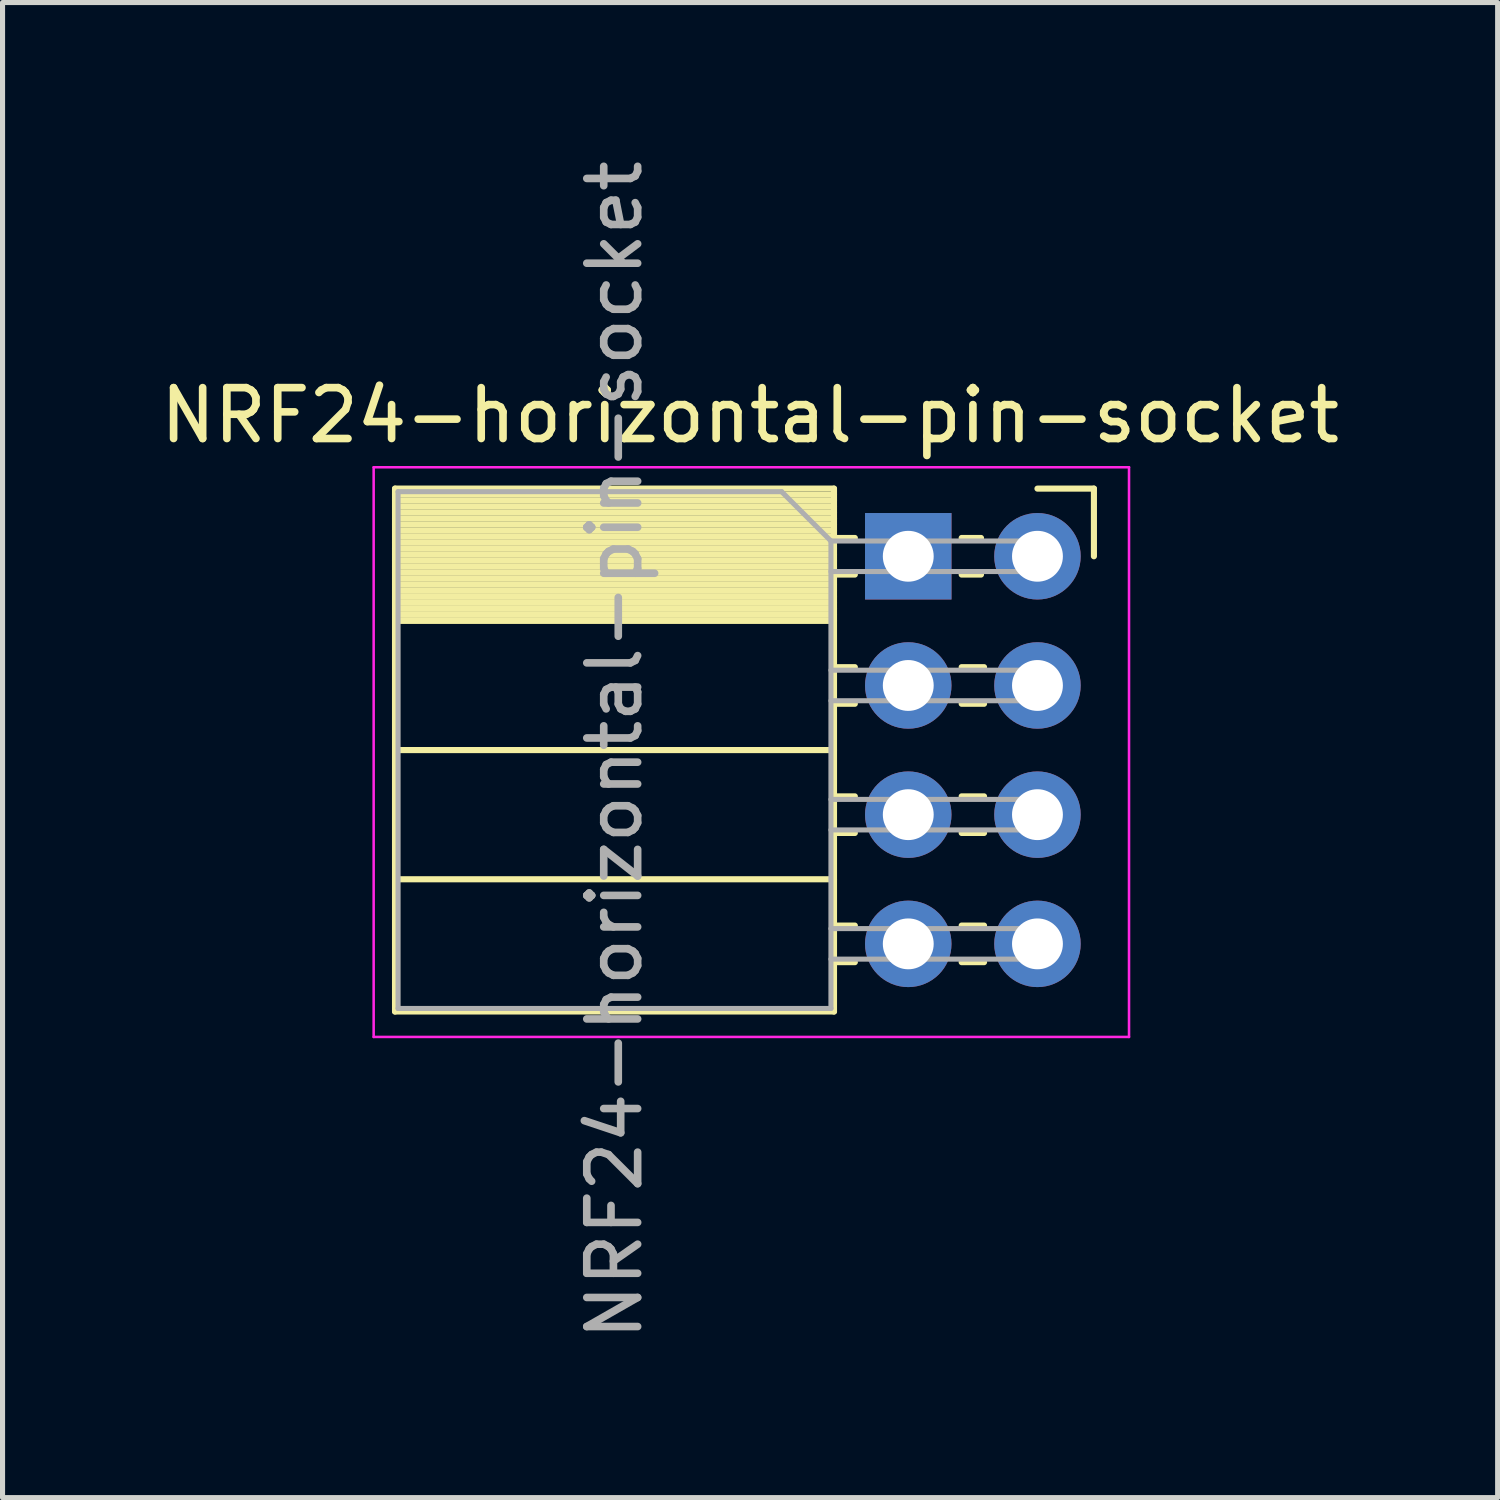
<source format=kicad_pcb>
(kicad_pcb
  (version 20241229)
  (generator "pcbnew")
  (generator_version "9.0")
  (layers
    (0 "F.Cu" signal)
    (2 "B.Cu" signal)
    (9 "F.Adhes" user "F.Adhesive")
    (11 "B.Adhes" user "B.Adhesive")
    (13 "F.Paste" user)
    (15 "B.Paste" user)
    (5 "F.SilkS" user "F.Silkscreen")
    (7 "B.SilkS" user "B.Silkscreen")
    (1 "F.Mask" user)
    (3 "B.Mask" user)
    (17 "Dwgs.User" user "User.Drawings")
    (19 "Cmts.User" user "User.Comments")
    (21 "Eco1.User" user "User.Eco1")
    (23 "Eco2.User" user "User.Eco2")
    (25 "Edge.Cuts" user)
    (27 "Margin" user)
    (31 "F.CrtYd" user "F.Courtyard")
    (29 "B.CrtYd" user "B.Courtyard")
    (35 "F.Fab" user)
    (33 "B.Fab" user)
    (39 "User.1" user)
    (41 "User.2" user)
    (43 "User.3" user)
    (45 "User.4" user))
  (footprint "NRF24-horizontal-pin-socket"
    (layer "F.Cu")
    (at 17.346 7.886)
    (property "Reference" "NRF24-horizontal-pin-socket" (at -5.65 -2.77 0) (layer "F.SilkS") (effects (font (size 1 1) (thickness 0.15))))
    (attr through_hole)
    (fp_line (start -12.63 -1.33) (end -12.63 8.95) (stroke (width 0.12) (type solid)) (layer "F.SilkS"))
    (fp_line (start -12.63 -1.33) (end -4 -1.33) (stroke (width 0.12) (type solid)) (layer "F.SilkS"))
    (fp_line (start -12.63 -1.21) (end -4 -1.21) (stroke (width 0.12) (type solid)) (layer "F.SilkS"))
    (fp_line (start -12.63 -1.092) (end -4 -1.092) (stroke (width 0.12) (type solid)) (layer "F.SilkS"))
    (fp_line (start -12.63 -0.974) (end -4 -0.974) (stroke (width 0.12) (type solid)) (layer "F.SilkS"))
    (fp_line (start -12.63 -0.856) (end -4 -0.856) (stroke (width 0.12) (type solid)) (layer "F.SilkS"))
    (fp_line (start -12.63 -0.738) (end -4 -0.738) (stroke (width 0.12) (type solid)) (layer "F.SilkS"))
    (fp_line (start -12.63 -0.62) (end -4 -0.62) (stroke (width 0.12) (type solid)) (layer "F.SilkS"))
    (fp_line (start -12.63 -0.501) (end -4 -0.501) (stroke (width 0.12) (type solid)) (layer "F.SilkS"))
    (fp_line (start -12.63 -0.383) (end -4 -0.383) (stroke (width 0.12) (type solid)) (layer "F.SilkS"))
    (fp_line (start -12.63 -0.265) (end -4 -0.265) (stroke (width 0.12) (type solid)) (layer "F.SilkS"))
    (fp_line (start -12.63 -0.147) (end -4 -0.147) (stroke (width 0.12) (type solid)) (layer "F.SilkS"))
    (fp_line (start -12.63 -0.029) (end -4 -0.029) (stroke (width 0.12) (type solid)) (layer "F.SilkS"))
    (fp_line (start -12.63 0.089) (end -4 0.089) (stroke (width 0.12) (type solid)) (layer "F.SilkS"))
    (fp_line (start -12.63 0.207) (end -4 0.207) (stroke (width 0.12) (type solid)) (layer "F.SilkS"))
    (fp_line (start -12.63 0.325) (end -4 0.325) (stroke (width 0.12) (type solid)) (layer "F.SilkS"))
    (fp_line (start -12.63 0.443) (end -4 0.443) (stroke (width 0.12) (type solid)) (layer "F.SilkS"))
    (fp_line (start -12.63 0.561) (end -4 0.561) (stroke (width 0.12) (type solid)) (layer "F.SilkS"))
    (fp_line (start -12.63 0.68) (end -4 0.68) (stroke (width 0.12) (type solid)) (layer "F.SilkS"))
    (fp_line (start -12.63 0.798) (end -4 0.798) (stroke (width 0.12) (type solid)) (layer "F.SilkS"))
    (fp_line (start -12.63 0.916) (end -4 0.916) (stroke (width 0.12) (type solid)) (layer "F.SilkS"))
    (fp_line (start -12.63 1.034) (end -4 1.034) (stroke (width 0.12) (type solid)) (layer "F.SilkS"))
    (fp_line (start -12.63 1.152) (end -4 1.152) (stroke (width 0.12) (type solid)) (layer "F.SilkS"))
    (fp_line (start -12.63 1.27) (end -4 1.27) (stroke (width 0.12) (type solid)) (layer "F.SilkS"))
    (fp_line (start -12.63 3.81) (end -4 3.81) (stroke (width 0.12) (type solid)) (layer "F.SilkS"))
    (fp_line (start -12.63 6.35) (end -4 6.35) (stroke (width 0.12) (type solid)) (layer "F.SilkS"))
    (fp_line (start -12.63 8.95) (end -4 8.95) (stroke (width 0.12) (type solid)) (layer "F.SilkS"))
    (fp_line (start -4 -1.33) (end -4 8.95) (stroke (width 0.12) (type solid)) (layer "F.SilkS"))
    (fp_line (start -4 -0.36) (end -3.59 -0.36) (stroke (width 0.12) (type solid)) (layer "F.SilkS"))
    (fp_line (start -4 0.36) (end -3.59 0.36) (stroke (width 0.12) (type solid)) (layer "F.SilkS"))
    (fp_line (start -4 2.18) (end -3.59 2.18) (stroke (width 0.12) (type solid)) (layer "F.SilkS"))
    (fp_line (start -4 2.9) (end -3.59 2.9) (stroke (width 0.12) (type solid)) (layer "F.SilkS"))
    (fp_line (start -4 4.72) (end -3.59 4.72) (stroke (width 0.12) (type solid)) (layer "F.SilkS"))
    (fp_line (start -4 5.44) (end -3.59 5.44) (stroke (width 0.12) (type solid)) (layer "F.SilkS"))
    (fp_line (start -4 7.26) (end -3.59 7.26) (stroke (width 0.12) (type solid)) (layer "F.SilkS"))
    (fp_line (start -4 7.98) (end -3.59 7.98) (stroke (width 0.12) (type solid)) (layer "F.SilkS"))
    (fp_line (start -1.49 -0.36) (end -1.11 -0.36) (stroke (width 0.12) (type solid)) (layer "F.SilkS"))
    (fp_line (start -1.49 0.36) (end -1.11 0.36) (stroke (width 0.12) (type solid)) (layer "F.SilkS"))
    (fp_line (start -1.49 2.18) (end -1.05 2.18) (stroke (width 0.12) (type solid)) (layer "F.SilkS"))
    (fp_line (start -1.49 2.9) (end -1.05 2.9) (stroke (width 0.12) (type solid)) (layer "F.SilkS"))
    (fp_line (start -1.49 4.72) (end -1.05 4.72) (stroke (width 0.12) (type solid)) (layer "F.SilkS"))
    (fp_line (start -1.49 5.44) (end -1.05 5.44) (stroke (width 0.12) (type solid)) (layer "F.SilkS"))
    (fp_line (start -1.49 7.26) (end -1.05 7.26) (stroke (width 0.12) (type solid)) (layer "F.SilkS"))
    (fp_line (start -1.49 7.98) (end -1.05 7.98) (stroke (width 0.12) (type solid)) (layer "F.SilkS"))
    (fp_line (start 0 -1.33) (end 1.11 -1.33) (stroke (width 0.12) (type solid)) (layer "F.SilkS"))
    (fp_line (start 1.11 -1.33) (end 1.11 0) (stroke (width 0.12) (type solid)) (layer "F.SilkS"))
    (fp_line (start -13.05 -1.75) (end -13.05 9.45) (stroke (width 0.05) (type solid)) (layer "F.CrtYd"))
    (fp_line (start -13.05 9.45) (end 1.8 9.45) (stroke (width 0.05) (type solid)) (layer "F.CrtYd"))
    (fp_line (start 1.8 -1.75) (end -13.05 -1.75) (stroke (width 0.05) (type solid)) (layer "F.CrtYd"))
    (fp_line (start 1.8 9.45) (end 1.8 -1.75) (stroke (width 0.05) (type solid)) (layer "F.CrtYd"))
    (fp_line (start -12.57 -1.27) (end -5.03 -1.27) (stroke (width 0.1) (type solid)) (layer "F.Fab"))
    (fp_line (start -12.57 8.89) (end -12.57 -1.27) (stroke (width 0.1) (type solid)) (layer "F.Fab"))
    (fp_line (start -5.03 -1.27) (end -4.06 -0.3) (stroke (width 0.1) (type solid)) (layer "F.Fab"))
    (fp_line (start -4.06 -0.3) (end -4.06 8.89) (stroke (width 0.1) (type solid)) (layer "F.Fab"))
    (fp_line (start -4.06 0.3) (end 0 0.3) (stroke (width 0.1) (type solid)) (layer "F.Fab"))
    (fp_line (start -4.06 2.84) (end 0 2.84) (stroke (width 0.1) (type solid)) (layer "F.Fab"))
    (fp_line (start -4.06 5.38) (end 0 5.38) (stroke (width 0.1) (type solid)) (layer "F.Fab"))
    (fp_line (start -4.06 7.92) (end 0 7.92) (stroke (width 0.1) (type solid)) (layer "F.Fab"))
    (fp_line (start -4.06 8.89) (end -12.57 8.89) (stroke (width 0.1) (type solid)) (layer "F.Fab"))
    (fp_line (start 0 -0.3) (end -4.06 -0.3) (stroke (width 0.1) (type solid)) (layer "F.Fab"))
    (fp_line (start 0 0.3) (end 0 -0.3) (stroke (width 0.1) (type solid)) (layer "F.Fab"))
    (fp_line (start 0 2.24) (end -4.06 2.24) (stroke (width 0.1) (type solid)) (layer "F.Fab"))
    (fp_line (start 0 2.84) (end 0 2.24) (stroke (width 0.1) (type solid)) (layer "F.Fab"))
    (fp_line (start 0 4.78) (end -4.06 4.78) (stroke (width 0.1) (type solid)) (layer "F.Fab"))
    (fp_line (start 0 5.38) (end 0 4.78) (stroke (width 0.1) (type solid)) (layer "F.Fab"))
    (fp_line (start 0 7.32) (end -4.06 7.32) (stroke (width 0.1) (type solid)) (layer "F.Fab"))
    (fp_line (start 0 7.92) (end 0 7.32) (stroke (width 0.1) (type solid)) (layer "F.Fab"))
    (fp_text user "${REFERENCE}" (at -8.315 3.81 90) (layer "F.Fab") (effects (font (size 1 1) (thickness 0.15))))
    (pad "1" thru_hole rect (at -2.54 0) (size 1.7 1.7) (drill 1) (layers "*.Cu" "*.Mask"))
    (pad "2" thru_hole circle (at 0 0) (size 1.7 1.7) (drill 1) (layers "*.Cu" "*.Mask"))
    (pad "3" thru_hole oval (at -2.54 2.54) (size 1.7 1.7) (drill 1) (layers "*.Cu" "*.Mask"))
    (pad "4" thru_hole oval (at 0 2.54) (size 1.7 1.7) (drill 1) (layers "*.Cu" "*.Mask"))
    (pad "5" thru_hole oval (at -2.54 5.08) (size 1.7 1.7) (drill 1) (layers "*.Cu" "*.Mask"))
    (pad "6" thru_hole oval (at 0 5.08) (size 1.7 1.7) (drill 1) (layers "*.Cu" "*.Mask"))
    (pad "7" thru_hole oval (at -2.54 7.62) (size 1.7 1.7) (drill 1) (layers "*.Cu" "*.Mask"))
    (pad "8" thru_hole oval (at 0 7.62) (size 1.7 1.7) (drill 1) (layers "*.Cu" "*.Mask")))
  (gr_rect
    (start -3 -3)
    (end 26.393 26.393)
    (stroke (width 0.1) (type default))
    (fill no)
    (layer "Edge.Cuts")))
</source>
